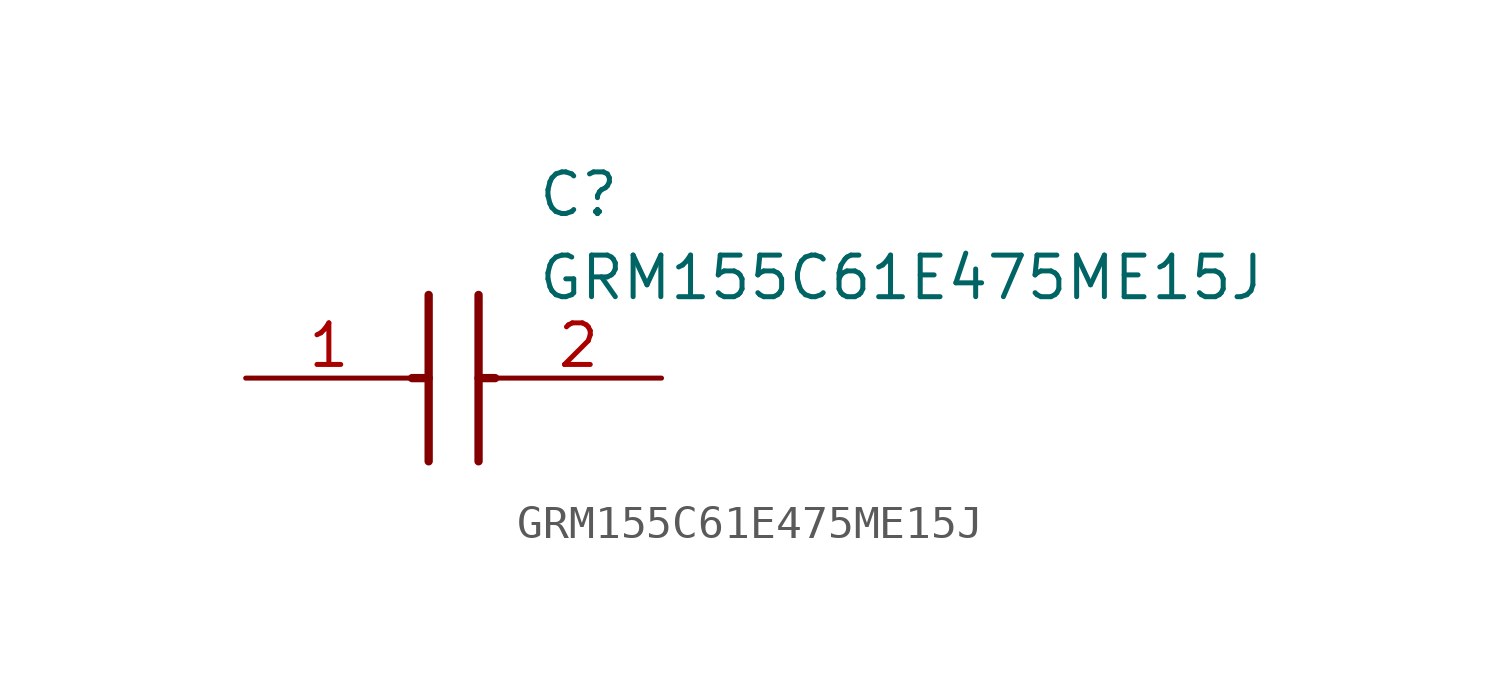
<source format=kicad_sym>
(kicad_symbol_lib
  (version 20211014)
  (generator SamacSys_ECAD_Model)
  (symbol "GRM155C61E475ME15J"
    (pin_names hide)
    (property "Reference" "C"
      (at 8.89 6.35 0)
      (effects (font (size 1.27 1.27)) (justify left top)))
    (property "Value" "GRM155C61E475ME15J"
      (at 8.89 3.81 0)
      (effects (font (size 1.27 1.27)) (justify left top)))
    (polyline
      (pts (xy 5.588 2.54) (xy 5.588 -2.54))
      (stroke (width 0.254) (type default))
      (fill (type none)))
    (polyline
      (pts (xy 7.112 2.54) (xy 7.112 -2.54))
      (stroke (width 0.254) (type default))
      (fill (type none)))
    (polyline
      (pts (xy 5.08 0) (xy 5.588 0))
      (stroke (width 0.254) (type default))
      (fill (type none)))
    (polyline
      (pts (xy 7.112 0) (xy 7.62 0))
      (stroke (width 0.254) (type default))
      (fill (type none)))
    (pin passive line
      (at 0 0 0)
      (length 5.08)
      (name "1" (effects (font (size 1.27 1.27))))
      (number "1" (effects (font (size 1.27 1.27)))))
    (pin passive line
      (at 12.7 0 180)
      (length 5.08)
      (name "2" (effects (font (size 1.27 1.27))))
      (number "2" (effects (font (size 1.27 1.27)))))))
</source>
